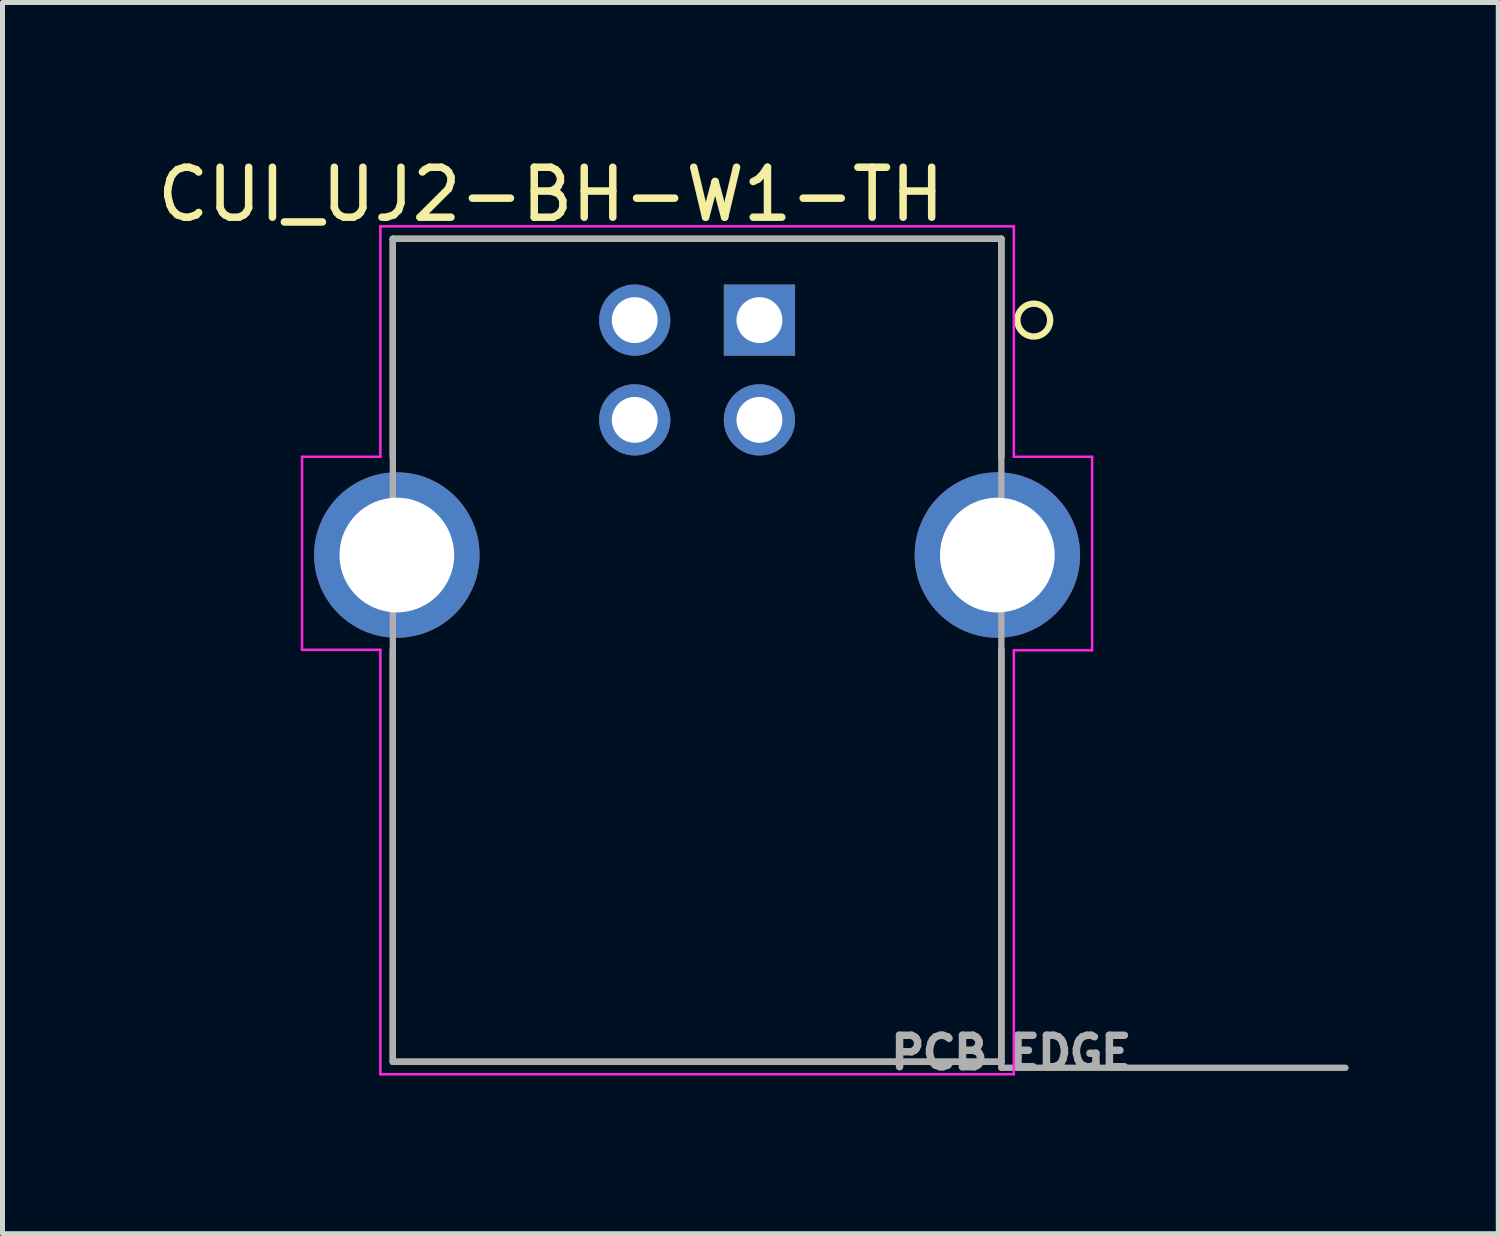
<source format=kicad_pcb>
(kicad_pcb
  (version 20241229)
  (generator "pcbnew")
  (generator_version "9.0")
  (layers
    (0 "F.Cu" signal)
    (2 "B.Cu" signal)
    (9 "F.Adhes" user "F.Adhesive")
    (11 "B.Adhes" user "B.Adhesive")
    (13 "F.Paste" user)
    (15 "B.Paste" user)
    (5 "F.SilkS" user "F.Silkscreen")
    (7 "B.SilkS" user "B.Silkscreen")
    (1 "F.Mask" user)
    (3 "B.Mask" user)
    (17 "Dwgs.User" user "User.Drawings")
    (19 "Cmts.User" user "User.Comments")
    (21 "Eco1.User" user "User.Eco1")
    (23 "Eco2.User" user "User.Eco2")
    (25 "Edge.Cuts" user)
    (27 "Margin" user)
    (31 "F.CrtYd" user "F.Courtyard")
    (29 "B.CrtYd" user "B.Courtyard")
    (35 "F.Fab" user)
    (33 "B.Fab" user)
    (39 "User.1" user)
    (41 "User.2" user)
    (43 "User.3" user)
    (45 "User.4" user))
  (footprint "CUI_UJ2-BH-W1-TH"
    (layer "F.Cu")
    (at 12.176 3.368)
    (property "Reference" "CUI_UJ2-BH-W1-TH" (at -4.181 -2.519 0) (layer "F.SilkS") (effects (font (size 1.002 1.002) (thickness 0.15))))
    (attr through_hole)
    (fp_line (start -7.35 -1.63) (end 4.85 -1.63) (stroke (width 0.127) (type solid)) (layer "F.SilkS"))
    (fp_line (start -7.35 2.74) (end -7.35 -1.63) (stroke (width 0.127) (type solid)) (layer "F.SilkS"))
    (fp_line (start -7.35 6.61) (end -7.35 14.87) (stroke (width 0.127) (type solid)) (layer "F.SilkS"))
    (fp_line (start -7.35 14.87) (end 4.85 14.87) (stroke (width 0.127) (type solid)) (layer "F.SilkS"))
    (fp_line (start 4.85 -1.63) (end 4.85 2.74) (stroke (width 0.127) (type solid)) (layer "F.SilkS"))
    (fp_line (start 4.85 14.87) (end 4.85 6.61) (stroke (width 0.127) (type solid)) (layer "F.SilkS"))
    (fp_circle (center 5.5 0) (end 5.829 0) (stroke (width 0.127) (type solid)) (fill no) (layer "F.SilkS"))
    (fp_line (start -9.17 2.74) (end -7.6 2.74) (stroke (width 0.05) (type solid)) (layer "F.CrtYd"))
    (fp_line (start -9.17 6.61) (end -9.17 2.74) (stroke (width 0.05) (type solid)) (layer "F.CrtYd"))
    (fp_line (start -7.6 -1.88) (end 5.1 -1.88) (stroke (width 0.05) (type solid)) (layer "F.CrtYd"))
    (fp_line (start -7.6 2.74) (end -7.6 -1.88) (stroke (width 0.05) (type solid)) (layer "F.CrtYd"))
    (fp_line (start -7.6 6.61) (end -9.17 6.61) (stroke (width 0.05) (type solid)) (layer "F.CrtYd"))
    (fp_line (start -7.6 15.12) (end -7.6 6.61) (stroke (width 0.05) (type solid)) (layer "F.CrtYd"))
    (fp_line (start 5.1 -1.88) (end 5.1 2.74) (stroke (width 0.05) (type solid)) (layer "F.CrtYd"))
    (fp_line (start 5.1 2.74) (end 6.67 2.74) (stroke (width 0.05) (type solid)) (layer "F.CrtYd"))
    (fp_line (start 5.1 6.62) (end 5.1 15.12) (stroke (width 0.05) (type solid)) (layer "F.CrtYd"))
    (fp_line (start 5.1 15.12) (end -7.6 15.12) (stroke (width 0.05) (type solid)) (layer "F.CrtYd"))
    (fp_line (start 6.67 2.74) (end 6.67 6.62) (stroke (width 0.05) (type solid)) (layer "F.CrtYd"))
    (fp_line (start 6.67 6.62) (end 5.1 6.62) (stroke (width 0.05) (type solid)) (layer "F.CrtYd"))
    (fp_line (start -7.35 -1.63) (end 4.85 -1.63) (stroke (width 0.127) (type solid)) (layer "F.Fab"))
    (fp_line (start -7.35 14.87) (end -7.35 -1.63) (stroke (width 0.127) (type solid)) (layer "F.Fab"))
    (fp_line (start 4.85 -1.63) (end 4.85 14.87) (stroke (width 0.127) (type solid)) (layer "F.Fab"))
    (fp_line (start 4.85 14.87) (end -7.35 14.87) (stroke (width 0.127) (type solid)) (layer "F.Fab"))
    (fp_line (start 4.85 14.87) (end 4.85 14.99) (stroke (width 0.127) (type solid)) (layer "F.Fab"))
    (fp_line (start 4.85 14.99) (end 11.75 14.99) (stroke (width 0.127) (type solid)) (layer "F.Fab"))
    (fp_circle (center 0 0) (end 0.2 0) (stroke (width 0.4) (type solid)) (fill no) (layer "F.Fab"))
    (fp_text user "PCB EDGE" (at 5.048 14.685 0) (layer "F.Fab") (effects (font (size 0.631 0.631) (thickness 0.15))))
    (pad "1" thru_hole rect (at 0 0) (size 1.428 1.428) (drill 0.92) (layers "*.Cu" "*.Mask"))
    (pad "2" thru_hole circle (at -2.5 0) (size 1.428 1.428) (drill 0.92) (layers "*.Cu" "*.Mask"))
    (pad "3" thru_hole circle (at -2.5 2) (size 1.428 1.428) (drill 0.92) (layers "*.Cu" "*.Mask"))
    (pad "4" thru_hole circle (at 0 2) (size 1.428 1.428) (drill 0.92) (layers "*.Cu" "*.Mask"))
    (pad "SH1" thru_hole circle (at -7.27 4.71) (size 3.316 3.316) (drill 2.3) (layers "*.Cu" "*.Mask"))
    (pad "SH2" thru_hole circle (at 4.77 4.71) (size 3.316 3.316) (drill 2.3) (layers "*.Cu" "*.Mask")))
  (gr_rect
    (start -3 -3)
    (end 26.989 21.685)
    (stroke (width 0.1) (type default))
    (fill no)
    (layer "Edge.Cuts")))
</source>
